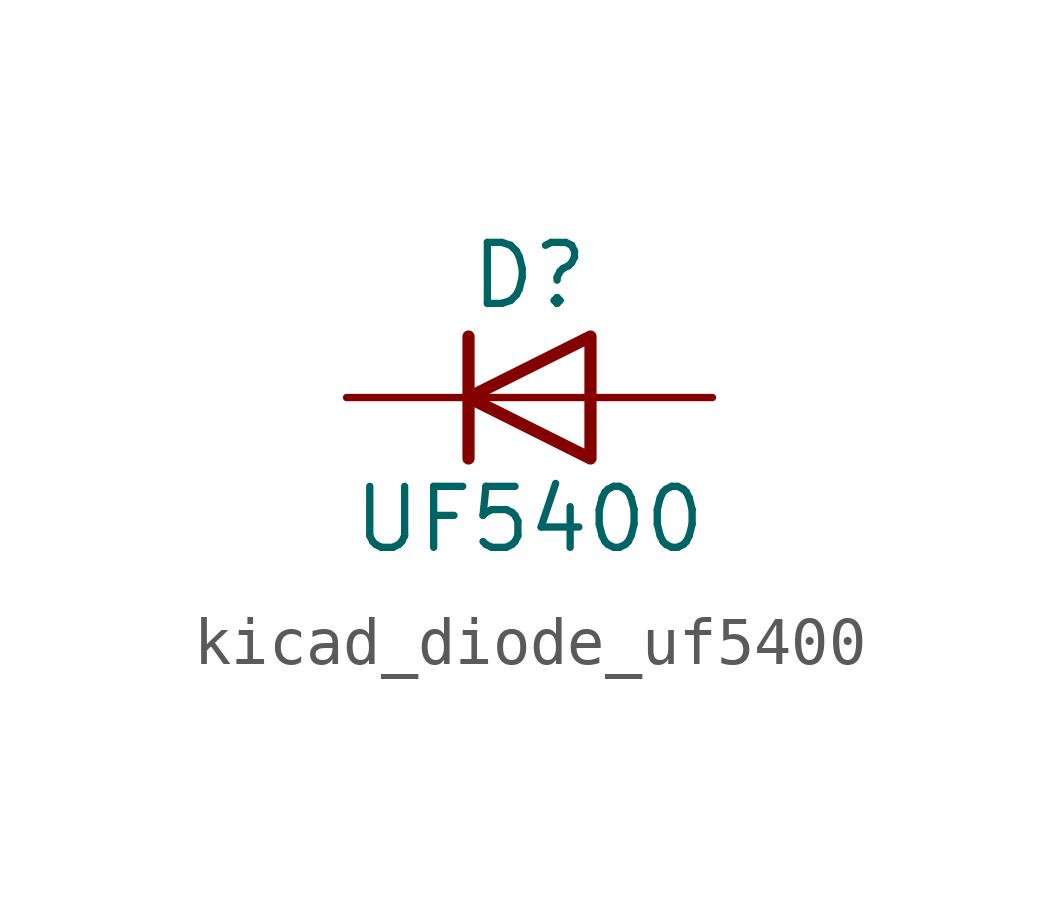
<source format=kicad_sym>
(kicad_symbol_lib
  (version 20220914)
  (generator kicad_symbol_editor)
  (symbol "kicad_diode_uf5400"
    (pin_numbers hide)
    (pin_names hide)
    (property "Reference" "D"
      (at 0 2.54 0)
      (effects (font (size 1.27 1.27))))
    (property "Value" "UF5400"
      (at 0 -2.54 0)
      (effects (font (size 1.27 1.27))))
    (symbol "kicad_diode_uf5400_0_1"
      (polyline (pts (xy -1.27 1.27) (xy -1.27 -1.27)) (stroke (width 0.254) (type default)) (fill (type none)))
      (polyline (pts (xy 1.27 0) (xy -1.27 0)) (stroke (width 0) (type default)) (fill (type none)))
      (polyline (pts (xy 1.27 1.27) (xy 1.27 -1.27) (xy -1.27 0) (xy 1.27 1.27)) (stroke (width 0.254) (type default)) (fill (type none))))
    (symbol "kicad_diode_uf5400_1_1"
      (pin passive line (at -3.81 0 0) (length 2.54) (name "K" (effects (font (size 1.27 1.27)))) (number "1" (effects (font (size 1.27 1.27)))))
      (pin passive line (at 3.81 0 180) (length 2.54) (name "A" (effects (font (size 1.27 1.27)))) (number "2" (effects (font (size 1.27 1.27))))))))
</source>
